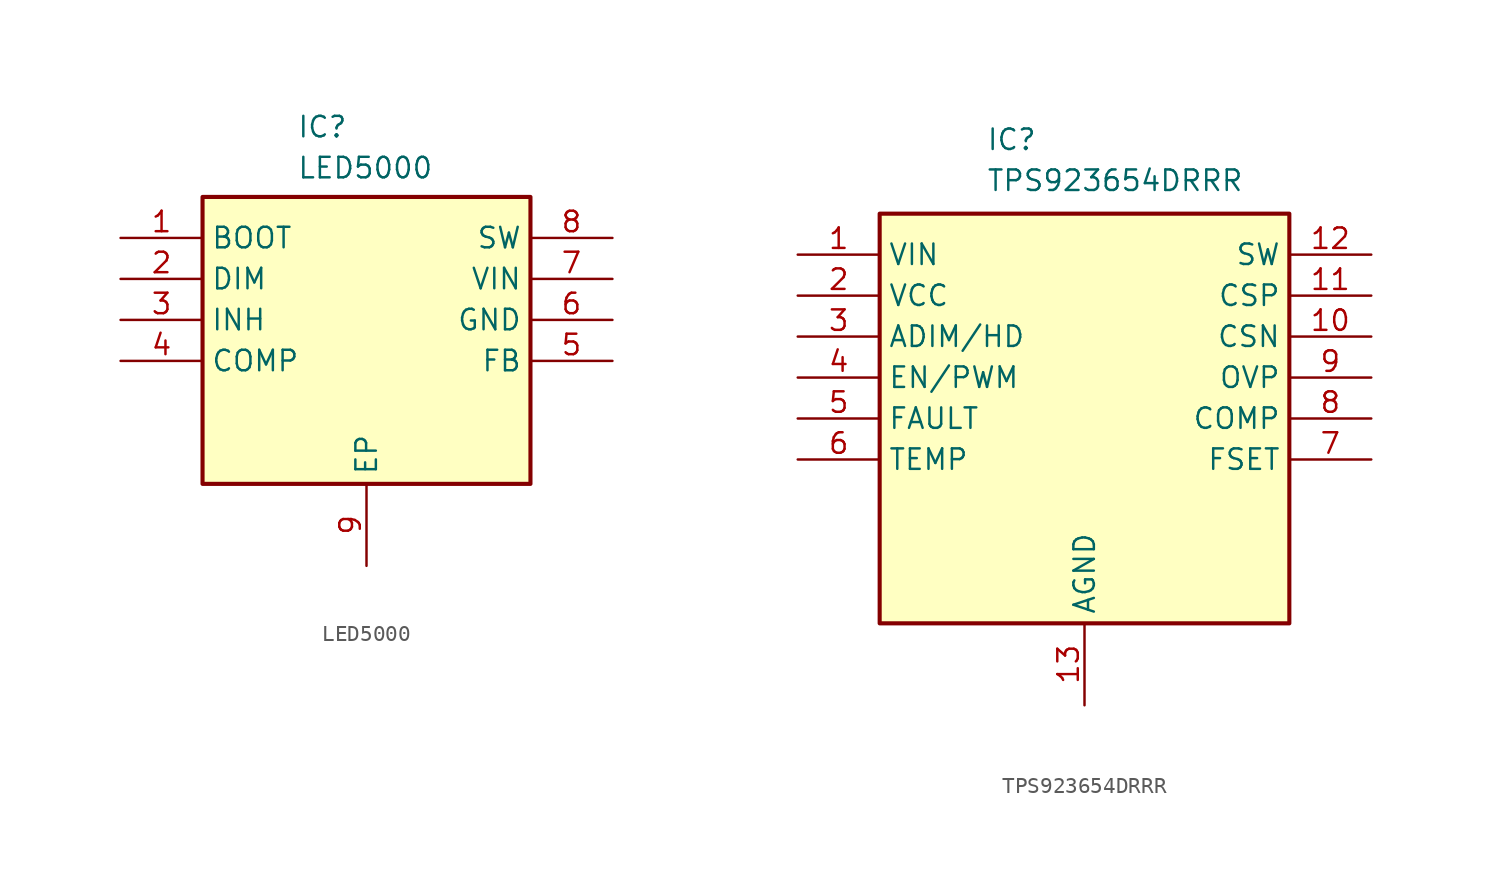
<source format=kicad_sym>
(kicad_symbol_lib
  (version 20241209)
  (generator "kicad_symbol_editor")
  (generator_version "9.0")
  (symbol "LED5000"
    (property "Reference" "IC"
      (at 10.922 7.62 0)
      (effects (font (size 1.27 1.27)) (justify left top)))
    (property "Value" "LED5000"
      (at 10.922 5.08 0)
      (effects (font (size 1.27 1.27)) (justify left top)))
    (symbol "LED5000_1_1"
      (rectangle (start 5.08 2.54) (end 25.4 -15.24) (stroke (width 0.254) (type default)) (fill (type background)))
      (pin passive line (at 0 0 0) (length 5.08) (name "BOOT" (effects (font (size 1.27 1.27)))) (number "1" (effects (font (size 1.27 1.27)))))
      (pin passive line (at 0 -2.54 0) (length 5.08) (name "DIM" (effects (font (size 1.27 1.27)))) (number "2" (effects (font (size 1.27 1.27)))))
      (pin passive line (at 0 -5.08 0) (length 5.08) (name "INH" (effects (font (size 1.27 1.27)))) (number "3" (effects (font (size 1.27 1.27)))))
      (pin passive line (at 0 -7.62 0) (length 5.08) (name "COMP" (effects (font (size 1.27 1.27)))) (number "4" (effects (font (size 1.27 1.27)))))
      (pin passive line (at 15.24 -20.32 90) (length 5.08) (name "EP" (effects (font (size 1.27 1.27)))) (number "9" (effects (font (size 1.27 1.27)))))
      (pin passive line (at 30.48 0 180) (length 5.08) (name "SW" (effects (font (size 1.27 1.27)))) (number "8" (effects (font (size 1.27 1.27)))))
      (pin passive line (at 30.48 -2.54 180) (length 5.08) (name "VIN" (effects (font (size 1.27 1.27)))) (number "7" (effects (font (size 1.27 1.27)))))
      (pin passive line (at 30.48 -5.08 180) (length 5.08) (name "GND" (effects (font (size 1.27 1.27)))) (number "6" (effects (font (size 1.27 1.27)))))
      (pin passive line (at 30.48 -7.62 180) (length 5.08) (name "FB" (effects (font (size 1.27 1.27)))) (number "5" (effects (font (size 1.27 1.27)))))))
  (symbol "TPS923654DRRR"
    (property "Reference" "IC"
      (at 11.684 7.874 0)
      (effects (font (size 1.27 1.27)) (justify left top)))
    (property "Value" "TPS923654DRRR"
      (at 11.684 5.334 0)
      (effects (font (size 1.27 1.27)) (justify left top)))
    (symbol "TPS923654DRRR_1_1"
      (rectangle (start 5.08 2.54) (end 30.48 -22.86) (stroke (width 0.254) (type default)) (fill (type background)))
      (pin passive line (at 0 0 0) (length 5.08) (name "VIN" (effects (font (size 1.27 1.27)))) (number "1" (effects (font (size 1.27 1.27)))))
      (pin passive line (at 0 -2.54 0) (length 5.08) (name "VCC" (effects (font (size 1.27 1.27)))) (number "2" (effects (font (size 1.27 1.27)))))
      (pin passive line (at 0 -5.08 0) (length 5.08) (name "ADIM/HD" (effects (font (size 1.27 1.27)))) (number "3" (effects (font (size 1.27 1.27)))))
      (pin passive line (at 0 -7.62 0) (length 5.08) (name "EN/PWM" (effects (font (size 1.27 1.27)))) (number "4" (effects (font (size 1.27 1.27)))))
      (pin passive line (at 0 -10.16 0) (length 5.08) (name "FAULT" (effects (font (size 1.27 1.27)))) (number "5" (effects (font (size 1.27 1.27)))))
      (pin passive line (at 0 -12.7 0) (length 5.08) (name "TEMP" (effects (font (size 1.27 1.27)))) (number "6" (effects (font (size 1.27 1.27)))))
      (pin passive line (at 17.78 -27.94 90) (length 5.08) (name "AGND" (effects (font (size 1.27 1.27)))) (number "13" (effects (font (size 1.27 1.27)))))
      (pin passive line (at 35.56 0 180) (length 5.08) (name "SW" (effects (font (size 1.27 1.27)))) (number "12" (effects (font (size 1.27 1.27)))))
      (pin passive line (at 35.56 -2.54 180) (length 5.08) (name "CSP" (effects (font (size 1.27 1.27)))) (number "11" (effects (font (size 1.27 1.27)))))
      (pin passive line (at 35.56 -5.08 180) (length 5.08) (name "CSN" (effects (font (size 1.27 1.27)))) (number "10" (effects (font (size 1.27 1.27)))))
      (pin passive line (at 35.56 -7.62 180) (length 5.08) (name "OVP" (effects (font (size 1.27 1.27)))) (number "9" (effects (font (size 1.27 1.27)))))
      (pin passive line (at 35.56 -10.16 180) (length 5.08) (name "COMP" (effects (font (size 1.27 1.27)))) (number "8" (effects (font (size 1.27 1.27)))))
      (pin passive line (at 35.56 -12.7 180) (length 5.08) (name "FSET" (effects (font (size 1.27 1.27)))) (number "7" (effects (font (size 1.27 1.27))))))))
</source>
